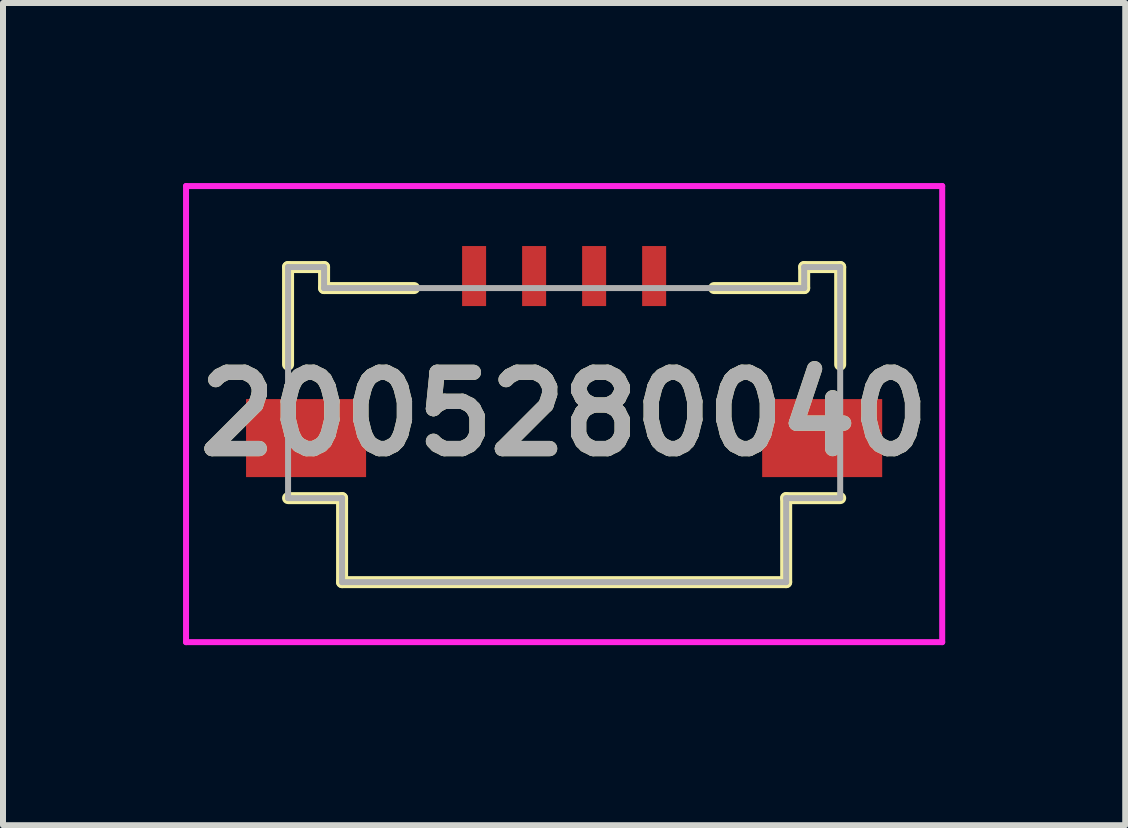
<source format=kicad_pcb>
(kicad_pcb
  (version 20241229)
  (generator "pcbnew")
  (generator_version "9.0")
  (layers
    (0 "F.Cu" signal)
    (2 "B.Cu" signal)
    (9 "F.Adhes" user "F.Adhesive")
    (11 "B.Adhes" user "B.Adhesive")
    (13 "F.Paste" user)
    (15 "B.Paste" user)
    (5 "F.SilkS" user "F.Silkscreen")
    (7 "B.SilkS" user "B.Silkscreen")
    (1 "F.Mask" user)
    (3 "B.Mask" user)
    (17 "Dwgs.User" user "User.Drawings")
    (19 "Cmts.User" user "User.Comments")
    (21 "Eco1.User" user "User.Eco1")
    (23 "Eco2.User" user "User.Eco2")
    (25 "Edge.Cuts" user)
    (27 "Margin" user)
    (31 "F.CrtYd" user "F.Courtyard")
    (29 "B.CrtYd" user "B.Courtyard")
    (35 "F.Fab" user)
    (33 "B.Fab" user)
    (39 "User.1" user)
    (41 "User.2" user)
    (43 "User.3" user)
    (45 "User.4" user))
  (footprint "2005280040"
    (layer "F.Cu")
    (at 6.35 4.025)
    (property "Reference" "2005280040" (at 0 -0.175 0) (layer "F.SilkS") (effects (font (size 1.27 1.27) (thickness 0.254))))
    (attr smd)
    (fp_line (start -4.6 -2.625) (end -4.6 -1) (stroke (width 0.2) (type solid)) (layer "F.SilkS"))
    (fp_line (start -4.6 1.225) (end -3.7 1.225) (stroke (width 0.2) (type solid)) (layer "F.SilkS"))
    (fp_line (start -4 -2.625) (end -4.6 -2.625) (stroke (width 0.2) (type solid)) (layer "F.SilkS"))
    (fp_line (start -4 -2.275) (end -4 -2.625) (stroke (width 0.2) (type solid)) (layer "F.SilkS"))
    (fp_line (start -3.7 1.225) (end -3.7 2.625) (stroke (width 0.2) (type solid)) (layer "F.SilkS"))
    (fp_line (start -3.7 2.625) (end 3.7 2.625) (stroke (width 0.2) (type solid)) (layer "F.SilkS"))
    (fp_line (start -2.5 -2.275) (end -4 -2.275) (stroke (width 0.2) (type solid)) (layer "F.SilkS"))
    (fp_line (start 3.7 1.225) (end 4.6 1.225) (stroke (width 0.2) (type solid)) (layer "F.SilkS"))
    (fp_line (start 3.7 2.625) (end 3.7 1.225) (stroke (width 0.2) (type solid)) (layer "F.SilkS"))
    (fp_line (start 4 -2.625) (end 4 -2.275) (stroke (width 0.2) (type solid)) (layer "F.SilkS"))
    (fp_line (start 4 -2.275) (end 2.5 -2.275) (stroke (width 0.2) (type solid)) (layer "F.SilkS"))
    (fp_line (start 4.6 -2.625) (end 4 -2.625) (stroke (width 0.2) (type solid)) (layer "F.SilkS"))
    (fp_line (start 4.6 -2.625) (end 4.6 -1) (stroke (width 0.2) (type solid)) (layer "F.SilkS"))
    (fp_line (start -6.3 -3.975) (end 6.3 -3.975) (stroke (width 0.1) (type solid)) (layer "F.CrtYd"))
    (fp_line (start -6.3 3.625) (end -6.3 -3.975) (stroke (width 0.1) (type solid)) (layer "F.CrtYd"))
    (fp_line (start 6.3 -3.975) (end 6.3 3.625) (stroke (width 0.1) (type solid)) (layer "F.CrtYd"))
    (fp_line (start 6.3 3.625) (end -6.3 3.625) (stroke (width 0.1) (type solid)) (layer "F.CrtYd"))
    (fp_line (start -4.6 -2.625) (end -4.6 1.225) (stroke (width 0.1) (type solid)) (layer "F.Fab"))
    (fp_line (start -4.6 1.225) (end -3.7 1.225) (stroke (width 0.1) (type solid)) (layer "F.Fab"))
    (fp_line (start -4 -2.625) (end -4.6 -2.625) (stroke (width 0.1) (type solid)) (layer "F.Fab"))
    (fp_line (start -4 -2.275) (end -4 -2.625) (stroke (width 0.1) (type solid)) (layer "F.Fab"))
    (fp_line (start -3.7 1.225) (end -3.7 2.625) (stroke (width 0.1) (type solid)) (layer "F.Fab"))
    (fp_line (start -3.7 2.625) (end 3.7 2.625) (stroke (width 0.1) (type solid)) (layer "F.Fab"))
    (fp_line (start 3.7 1.225) (end 4.6 1.225) (stroke (width 0.1) (type solid)) (layer "F.Fab"))
    (fp_line (start 3.7 2.625) (end 3.7 1.225) (stroke (width 0.1) (type solid)) (layer "F.Fab"))
    (fp_line (start 4 -2.625) (end 4 -2.275) (stroke (width 0.1) (type solid)) (layer "F.Fab"))
    (fp_line (start 4 -2.275) (end -4 -2.275) (stroke (width 0.1) (type solid)) (layer "F.Fab"))
    (fp_line (start 4.6 -2.625) (end 4 -2.625) (stroke (width 0.1) (type solid)) (layer "F.Fab"))
    (fp_line (start 4.6 1.225) (end 4.6 -2.625) (stroke (width 0.1) (type solid)) (layer "F.Fab"))
    (fp_text user "${REFERENCE}" (at 0 -0.175 0) (layer "F.Fab") (effects (font (size 1.27 1.27) (thickness 0.254))))
    (pad "1" smd rect (at -1.5 -2.475) (size 0.4 1) (layers "F.Cu" "F.Mask" "F.Paste"))
    (pad "2" smd rect (at -0.5 -2.475) (size 0.4 1) (layers "F.Cu" "F.Mask" "F.Paste"))
    (pad "3" smd rect (at 0.5 -2.475) (size 0.4 1) (layers "F.Cu" "F.Mask" "F.Paste"))
    (pad "4" smd rect (at 1.5 -2.475) (size 0.4 1) (layers "F.Cu" "F.Mask" "F.Paste"))
    (pad "MP1" smd rect (at -4.3 0.225 90) (size 1.3 2) (layers "F.Cu" "F.Mask" "F.Paste"))
    (pad "MP2" smd rect (at 4.3 0.225 90) (size 1.3 2) (layers "F.Cu" "F.Mask" "F.Paste")))
  (gr_rect
    (start -3 -3)
    (end 15.7 10.7)
    (stroke (width 0.1) (type default))
    (fill no)
    (layer "Edge.Cuts")))
</source>
